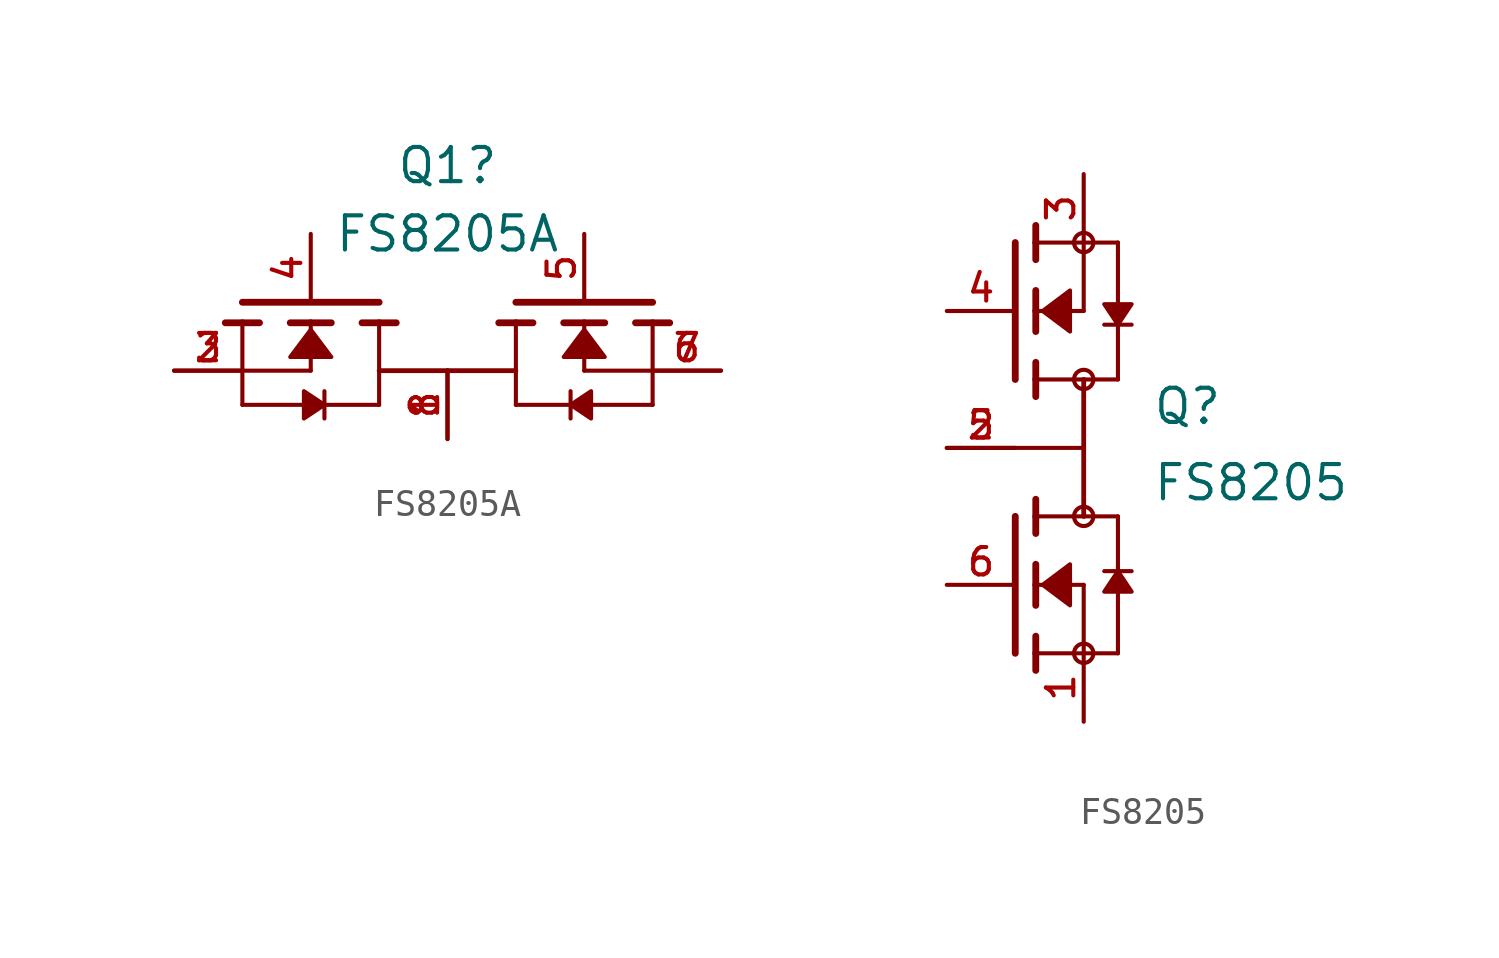
<source format=kicad_sym>
(kicad_symbol_lib
  (version 20211014)
  (generator kicad_symbol_editor)
  (symbol "FS8205A"
    (pin_names
      (offset 1.016))
    (property "Reference" "Q1"
      (at 0 7.62 0)
      (effects (font (size 1.27 1.27))))
    (property "Value" "FS8205A"
      (at 0 5.08 0)
      (effects (font (size 1.27 1.27))))
    (symbol "FS8205A_0_0"
      (polyline (pts (xy -7.62 0) (xy -7.62 -1.27)) (stroke (width 0.152) (type default) (color 0 0 0 0)) (fill (type none)))
      (polyline (pts (xy -7.62 0) (xy -7.62 1.778)) (stroke (width 0.152) (type default) (color 0 0 0 0)) (fill (type none)))
      (polyline (pts (xy -7.62 1.778) (xy -8.255 1.778)) (stroke (width 0.254) (type default) (color 0 0 0 0)) (fill (type none)))
      (polyline (pts (xy -6.985 1.778) (xy -7.62 1.778)) (stroke (width 0.254) (type default) (color 0 0 0 0)) (fill (type none)))
      (polyline (pts (xy -5.08 0) (xy -7.62 0)) (stroke (width 0.152) (type default) (color 0 0 0 0)) (fill (type none)))
      (polyline (pts (xy -5.08 1.778) (xy -5.842 1.778)) (stroke (width 0.254) (type default) (color 0 0 0 0)) (fill (type none)))
      (polyline (pts (xy -5.08 1.778) (xy -5.08 0)) (stroke (width 0.152) (type default) (color 0 0 0 0)) (fill (type none)))
      (polyline (pts (xy -4.572 -1.778) (xy -4.572 -1.27)) (stroke (width 0.152) (type default) (color 0 0 0 0)) (fill (type none)))
      (polyline (pts (xy -4.572 -1.27) (xy -7.62 -1.27)) (stroke (width 0.152) (type default) (color 0 0 0 0)) (fill (type none)))
      (polyline (pts (xy -4.572 -1.27) (xy -4.572 -0.762)) (stroke (width 0.152) (type default) (color 0 0 0 0)) (fill (type none)))
      (polyline (pts (xy -4.318 1.778) (xy -5.08 1.778)) (stroke (width 0.254) (type default) (color 0 0 0 0)) (fill (type none)))
      (polyline (pts (xy -2.54 -1.27) (xy -4.572 -1.27)) (stroke (width 0.152) (type default) (color 0 0 0 0)) (fill (type none)))
      (polyline (pts (xy -2.54 0) (xy -2.54 -1.27)) (stroke (width 0.152) (type default) (color 0 0 0 0)) (fill (type none)))
      (polyline (pts (xy -2.54 1.778) (xy -3.175 1.778)) (stroke (width 0.254) (type default) (color 0 0 0 0)) (fill (type none)))
      (polyline (pts (xy -2.54 1.778) (xy -2.54 0)) (stroke (width 0.152) (type default) (color 0 0 0 0)) (fill (type none)))
      (polyline (pts (xy -2.54 2.54) (xy -7.62 2.54)) (stroke (width 0.254) (type default) (color 0 0 0 0)) (fill (type none)))
      (polyline (pts (xy -1.905 1.778) (xy -2.54 1.778)) (stroke (width 0.254) (type default) (color 0 0 0 0)) (fill (type none)))
      (polyline (pts (xy 0 0) (xy -2.54 0)) (stroke (width 0.178) (type default) (color 0 0 0 0)) (fill (type none)))
      (polyline (pts (xy 1.905 1.778) (xy 2.54 1.778)) (stroke (width 0.254) (type default) (color 0 0 0 0)) (fill (type none)))
      (polyline (pts (xy 2.54 -1.27) (xy 4.572 -1.27)) (stroke (width 0.152) (type default) (color 0 0 0 0)) (fill (type none)))
      (polyline (pts (xy 2.54 0) (xy 0 0)) (stroke (width 0.178) (type default) (color 0 0 0 0)) (fill (type none)))
      (polyline (pts (xy 2.54 0) (xy 2.54 -1.27)) (stroke (width 0.152) (type default) (color 0 0 0 0)) (fill (type none)))
      (polyline (pts (xy 2.54 1.778) (xy 2.54 0)) (stroke (width 0.152) (type default) (color 0 0 0 0)) (fill (type none)))
      (polyline (pts (xy 2.54 1.778) (xy 3.175 1.778)) (stroke (width 0.254) (type default) (color 0 0 0 0)) (fill (type none)))
      (polyline (pts (xy 2.54 2.54) (xy 7.62 2.54)) (stroke (width 0.254) (type default) (color 0 0 0 0)) (fill (type none)))
      (polyline (pts (xy 4.318 1.778) (xy 5.08 1.778)) (stroke (width 0.254) (type default) (color 0 0 0 0)) (fill (type none)))
      (polyline (pts (xy 4.572 -1.778) (xy 4.572 -1.27)) (stroke (width 0.152) (type default) (color 0 0 0 0)) (fill (type none)))
      (polyline (pts (xy 4.572 -1.27) (xy 4.572 -0.762)) (stroke (width 0.152) (type default) (color 0 0 0 0)) (fill (type none)))
      (polyline (pts (xy 4.572 -1.27) (xy 7.62 -1.27)) (stroke (width 0.152) (type default) (color 0 0 0 0)) (fill (type none)))
      (polyline (pts (xy 5.08 0) (xy 7.62 0)) (stroke (width 0.152) (type default) (color 0 0 0 0)) (fill (type none)))
      (polyline (pts (xy 5.08 1.778) (xy 5.08 0)) (stroke (width 0.152) (type default) (color 0 0 0 0)) (fill (type none)))
      (polyline (pts (xy 5.08 1.778) (xy 5.842 1.778)) (stroke (width 0.254) (type default) (color 0 0 0 0)) (fill (type none)))
      (polyline (pts (xy 6.985 1.778) (xy 7.62 1.778)) (stroke (width 0.254) (type default) (color 0 0 0 0)) (fill (type none)))
      (polyline (pts (xy 7.62 0) (xy 7.62 -1.27)) (stroke (width 0.152) (type default) (color 0 0 0 0)) (fill (type none)))
      (polyline (pts (xy 7.62 0) (xy 7.62 1.778)) (stroke (width 0.152) (type default) (color 0 0 0 0)) (fill (type none)))
      (polyline (pts (xy 7.62 1.778) (xy 8.255 1.778)) (stroke (width 0.254) (type default) (color 0 0 0 0)) (fill (type none)))
      (polyline (pts (xy -5.08 1.524) (xy -4.318 0.508) (xy -5.842 0.508) (xy -5.08 1.524)) (stroke (width 0.152) (type default) (color 0 0 0 0)) (fill (type outline)))
      (polyline (pts (xy -4.572 -1.27) (xy -5.334 -0.762) (xy -5.334 -1.778) (xy -4.572 -1.27)) (stroke (width 0.152) (type default) (color 0 0 0 0)) (fill (type outline)))
      (polyline (pts (xy 4.572 -1.27) (xy 5.334 -0.762) (xy 5.334 -1.778) (xy 4.572 -1.27)) (stroke (width 0.152) (type default) (color 0 0 0 0)) (fill (type outline)))
      (polyline (pts (xy 5.08 1.524) (xy 4.318 0.508) (xy 5.842 0.508) (xy 5.08 1.524)) (stroke (width 0.152) (type default) (color 0 0 0 0)) (fill (type outline)))
      (pin passive line (at 0 -2.54 90) (length 2.54) (name "~" (effects (font (size 1.016 1.016)))) (number "1" (effects (font (size 1.016 1.016)))))
      (pin passive line (at -10.16 0 0) (length 2.54) (name "~" (effects (font (size 1.016 1.016)))) (number "2" (effects (font (size 1.016 1.016)))))
      (pin passive line (at -10.16 0 0) (length 2.54) (name "~" (effects (font (size 1.016 1.016)))) (number "3" (effects (font (size 1.016 1.016)))))
      (pin passive line (at -5.08 5.08 270) (length 2.54) (name "~" (effects (font (size 1.016 1.016)))) (number "4" (effects (font (size 1.016 1.016)))))
      (pin passive line (at 5.08 5.08 270) (length 2.54) (name "~" (effects (font (size 1.016 1.016)))) (number "5" (effects (font (size 1.016 1.016)))))
      (pin passive line (at 10.16 0 180) (length 2.54) (name "~" (effects (font (size 1.016 1.016)))) (number "6" (effects (font (size 1.016 1.016)))))
      (pin passive line (at 10.16 0 180) (length 2.54) (name "~" (effects (font (size 1.016 1.016)))) (number "7" (effects (font (size 1.016 1.016)))))
      (pin passive line (at 0 -2.54 90) (length 2.54) (name "~" (effects (font (size 1.016 1.016)))) (number "8" (effects (font (size 1.016 1.016)))))))
  (symbol "FS8205"
    (pin_names
      (offset 1.016))
    (property "Reference" "Q"
      (at 2.54 2.286 0)
      (effects (font (size 1.27 1.27)) (justify left top)))
    (property "Value" "FS8205"
      (at 2.54 -2.032 0)
      (effects (font (size 1.27 1.27)) (justify left bottom)))
    (symbol "FS8205_0_0"
      (circle (center 0 -7.62) (radius 0.359) (stroke (width 0) (type default) (color 0 0 0 0)) (fill (type none)))
      (circle (center 0 -2.54) (radius 0.359) (stroke (width 0) (type default) (color 0 0 0 0)) (fill (type none)))
      (polyline (pts (xy -2.54 -2.54) (xy -2.54 -7.62)) (stroke (width 0.254) (type default) (color 0 0 0 0)) (fill (type none)))
      (polyline (pts (xy -2.54 0) (xy 0 0)) (stroke (width 0.152) (type default) (color 0 0 0 0)) (fill (type none)))
      (polyline (pts (xy -2.54 2.54) (xy -2.54 7.62)) (stroke (width 0.254) (type default) (color 0 0 0 0)) (fill (type none)))
      (polyline (pts (xy -1.778 -7.62) (xy -1.778 -8.255)) (stroke (width 0.254) (type default) (color 0 0 0 0)) (fill (type none)))
      (polyline (pts (xy -1.778 -6.985) (xy -1.778 -7.62)) (stroke (width 0.254) (type default) (color 0 0 0 0)) (fill (type none)))
      (polyline (pts (xy -1.778 -5.08) (xy -1.778 -5.842)) (stroke (width 0.254) (type default) (color 0 0 0 0)) (fill (type none)))
      (polyline (pts (xy -1.778 -5.08) (xy 0 -5.08)) (stroke (width 0.152) (type default) (color 0 0 0 0)) (fill (type none)))
      (polyline (pts (xy -1.778 -4.318) (xy -1.778 -5.08)) (stroke (width 0.254) (type default) (color 0 0 0 0)) (fill (type none)))
      (polyline (pts (xy -1.778 -2.54) (xy -1.778 -3.175)) (stroke (width 0.254) (type default) (color 0 0 0 0)) (fill (type none)))
      (polyline (pts (xy -1.778 -2.54) (xy 0 -2.54)) (stroke (width 0.152) (type default) (color 0 0 0 0)) (fill (type none)))
      (polyline (pts (xy -1.778 -1.905) (xy -1.778 -2.54)) (stroke (width 0.254) (type default) (color 0 0 0 0)) (fill (type none)))
      (polyline (pts (xy -1.778 1.905) (xy -1.778 2.54)) (stroke (width 0.254) (type default) (color 0 0 0 0)) (fill (type none)))
      (polyline (pts (xy -1.778 2.54) (xy -1.778 3.175)) (stroke (width 0.254) (type default) (color 0 0 0 0)) (fill (type none)))
      (polyline (pts (xy -1.778 2.54) (xy 0 2.54)) (stroke (width 0.152) (type default) (color 0 0 0 0)) (fill (type none)))
      (polyline (pts (xy -1.778 4.318) (xy -1.778 5.08)) (stroke (width 0.254) (type default) (color 0 0 0 0)) (fill (type none)))
      (polyline (pts (xy -1.778 5.08) (xy -1.778 5.842)) (stroke (width 0.254) (type default) (color 0 0 0 0)) (fill (type none)))
      (polyline (pts (xy -1.778 5.08) (xy 0 5.08)) (stroke (width 0.152) (type default) (color 0 0 0 0)) (fill (type none)))
      (polyline (pts (xy -1.778 6.985) (xy -1.778 7.62)) (stroke (width 0.254) (type default) (color 0 0 0 0)) (fill (type none)))
      (polyline (pts (xy -1.778 7.62) (xy -1.778 8.255)) (stroke (width 0.254) (type default) (color 0 0 0 0)) (fill (type none)))
      (polyline (pts (xy 0 -7.62) (xy -1.778 -7.62)) (stroke (width 0.152) (type default) (color 0 0 0 0)) (fill (type none)))
      (polyline (pts (xy 0 -7.62) (xy 1.27 -7.62)) (stroke (width 0.152) (type default) (color 0 0 0 0)) (fill (type none)))
      (polyline (pts (xy 0 -5.08) (xy 0 -7.62)) (stroke (width 0.152) (type default) (color 0 0 0 0)) (fill (type none)))
      (polyline (pts (xy 0 -2.54) (xy 1.27 -2.54)) (stroke (width 0.152) (type default) (color 0 0 0 0)) (fill (type none)))
      (polyline (pts (xy 0 0) (xy 0 -2.54)) (stroke (width 0.178) (type default) (color 0 0 0 0)) (fill (type none)))
      (polyline (pts (xy 0 2.54) (xy 0 0)) (stroke (width 0.178) (type default) (color 0 0 0 0)) (fill (type none)))
      (polyline (pts (xy 0 2.54) (xy 1.27 2.54)) (stroke (width 0.152) (type default) (color 0 0 0 0)) (fill (type none)))
      (polyline (pts (xy 0 5.08) (xy 0 7.62)) (stroke (width 0.152) (type default) (color 0 0 0 0)) (fill (type none)))
      (polyline (pts (xy 0 7.62) (xy -1.778 7.62)) (stroke (width 0.152) (type default) (color 0 0 0 0)) (fill (type none)))
      (polyline (pts (xy 0 7.62) (xy 1.27 7.62)) (stroke (width 0.152) (type default) (color 0 0 0 0)) (fill (type none)))
      (polyline (pts (xy 1.27 -4.572) (xy 0.762 -4.572)) (stroke (width 0.152) (type default) (color 0 0 0 0)) (fill (type none)))
      (polyline (pts (xy 1.27 -4.572) (xy 1.27 -7.62)) (stroke (width 0.152) (type default) (color 0 0 0 0)) (fill (type none)))
      (polyline (pts (xy 1.27 -2.54) (xy 1.27 -4.572)) (stroke (width 0.152) (type default) (color 0 0 0 0)) (fill (type none)))
      (polyline (pts (xy 1.27 2.54) (xy 1.27 4.572)) (stroke (width 0.152) (type default) (color 0 0 0 0)) (fill (type none)))
      (polyline (pts (xy 1.27 4.572) (xy 0.762 4.572)) (stroke (width 0.152) (type default) (color 0 0 0 0)) (fill (type none)))
      (polyline (pts (xy 1.27 4.572) (xy 1.27 7.62)) (stroke (width 0.152) (type default) (color 0 0 0 0)) (fill (type none)))
      (polyline (pts (xy 1.778 -4.572) (xy 1.27 -4.572)) (stroke (width 0.152) (type default) (color 0 0 0 0)) (fill (type none)))
      (polyline (pts (xy 1.778 4.572) (xy 1.27 4.572)) (stroke (width 0.152) (type default) (color 0 0 0 0)) (fill (type none)))
      (polyline (pts (xy -1.524 -5.08) (xy -0.508 -4.318) (xy -0.508 -5.842) (xy -1.524 -5.08)) (stroke (width 0.152) (type default) (color 0 0 0 0)) (fill (type outline)))
      (polyline (pts (xy -1.524 5.08) (xy -0.508 4.318) (xy -0.508 5.842) (xy -1.524 5.08)) (stroke (width 0.152) (type default) (color 0 0 0 0)) (fill (type outline)))
      (polyline (pts (xy 1.27 -4.572) (xy 0.762 -5.334) (xy 1.778 -5.334) (xy 1.27 -4.572)) (stroke (width 0.152) (type default) (color 0 0 0 0)) (fill (type outline)))
      (polyline (pts (xy 1.27 4.572) (xy 0.762 5.334) (xy 1.778 5.334) (xy 1.27 4.572)) (stroke (width 0.152) (type default) (color 0 0 0 0)) (fill (type outline)))
      (circle (center 0 2.54) (radius 0.359) (stroke (width 0) (type default) (color 0 0 0 0)) (fill (type none)))
      (circle (center 0 7.62) (radius 0.359) (stroke (width 0) (type default) (color 0 0 0 0)) (fill (type none)))
      (pin passive line (at 0 -10.16 90) (length 2.54) (name "~" (effects (font (size 1.016 1.016)))) (number "1" (effects (font (size 1.016 1.016)))))
      (pin passive line (at -5.08 0 0) (length 2.54) (name "~" (effects (font (size 1.016 1.016)))) (number "2" (effects (font (size 1.016 1.016)))))
      (pin passive line (at 0 10.16 270) (length 2.54) (name "~" (effects (font (size 1.016 1.016)))) (number "3" (effects (font (size 1.016 1.016)))))
      (pin passive line (at -5.08 5.08 0) (length 2.54) (name "~" (effects (font (size 1.016 1.016)))) (number "4" (effects (font (size 1.016 1.016)))))
      (pin passive line (at -5.08 0 0) (length 2.54) (name "~" (effects (font (size 1.016 1.016)))) (number "5" (effects (font (size 1.016 1.016)))))
      (pin passive line (at -5.08 -5.08 0) (length 2.54) (name "~" (effects (font (size 1.016 1.016)))) (number "6" (effects (font (size 1.016 1.016))))))))
</source>
